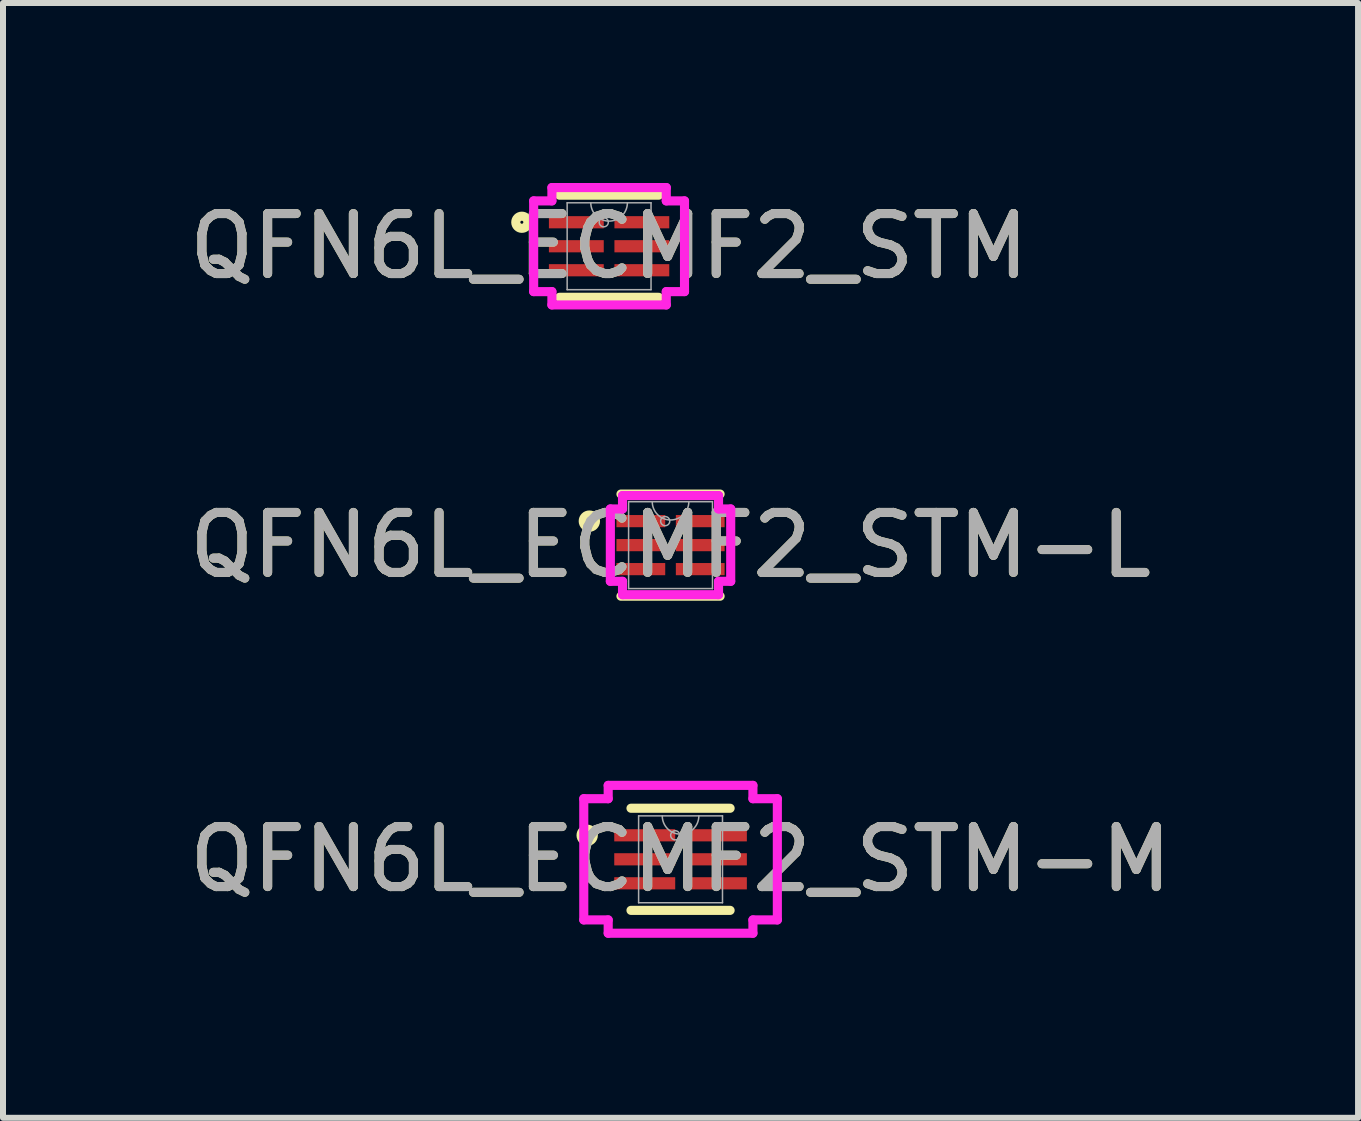
<source format=kicad_pcb>
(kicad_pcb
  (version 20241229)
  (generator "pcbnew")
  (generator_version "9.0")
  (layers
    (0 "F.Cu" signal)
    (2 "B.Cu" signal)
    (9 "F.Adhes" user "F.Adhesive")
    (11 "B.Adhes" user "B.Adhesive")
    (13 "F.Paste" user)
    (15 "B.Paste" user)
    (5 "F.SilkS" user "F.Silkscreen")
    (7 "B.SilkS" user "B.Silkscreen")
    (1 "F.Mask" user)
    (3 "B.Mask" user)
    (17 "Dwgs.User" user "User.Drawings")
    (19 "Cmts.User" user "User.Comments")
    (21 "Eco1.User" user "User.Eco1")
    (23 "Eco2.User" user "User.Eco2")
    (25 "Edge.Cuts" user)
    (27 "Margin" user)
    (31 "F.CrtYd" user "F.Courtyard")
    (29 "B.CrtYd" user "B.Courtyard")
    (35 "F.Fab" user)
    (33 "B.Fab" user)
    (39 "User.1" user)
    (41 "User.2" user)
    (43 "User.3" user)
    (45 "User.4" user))
  (footprint "QFN6L_ECMF2_STM-L"
    (layer "F.Cu")
    (at 8.125 6.035)
    (property "Reference" "QFN6L_ECMF2_STM-L" (at 0 0 0) (unlocked yes) (layer "F.SilkS") (effects (font (size 1 1) (thickness 0.15))))
    (attr smd)
    (fp_line (start -0.826 0.851) (end 0.826 0.851) (stroke (width 0.152) (type solid)) (layer "F.SilkS"))
    (fp_line (start 0.826 -0.851) (end -0.826 -0.851) (stroke (width 0.152) (type solid)) (layer "F.SilkS"))
    (fp_circle (center -1.353 -0.4) (end -1.251 -0.4) (stroke (width 0.152) (type solid)) (fill no) (layer "F.SilkS"))
    (fp_line (start -1.003 -0.603) (end -0.8 -0.603) (stroke (width 0.152) (type solid)) (layer "F.CrtYd"))
    (fp_line (start -1.003 0.603) (end -1.003 -0.603) (stroke (width 0.152) (type solid)) (layer "F.CrtYd"))
    (fp_line (start -1.003 0.603) (end -0.8 0.603) (stroke (width 0.152) (type solid)) (layer "F.CrtYd"))
    (fp_line (start -0.8 -0.826) (end 0.8 -0.826) (stroke (width 0.152) (type solid)) (layer "F.CrtYd"))
    (fp_line (start -0.8 -0.603) (end -0.8 -0.826) (stroke (width 0.152) (type solid)) (layer "F.CrtYd"))
    (fp_line (start -0.8 0.826) (end -0.8 0.603) (stroke (width 0.152) (type solid)) (layer "F.CrtYd"))
    (fp_line (start 0.8 -0.826) (end 0.8 -0.603) (stroke (width 0.152) (type solid)) (layer "F.CrtYd"))
    (fp_line (start 0.8 0.603) (end 0.8 0.826) (stroke (width 0.152) (type solid)) (layer "F.CrtYd"))
    (fp_line (start 0.8 0.826) (end -0.8 0.826) (stroke (width 0.152) (type solid)) (layer "F.CrtYd"))
    (fp_line (start 1.003 -0.603) (end 0.8 -0.603) (stroke (width 0.152) (type solid)) (layer "F.CrtYd"))
    (fp_line (start 1.003 -0.603) (end 1.003 0.603) (stroke (width 0.152) (type solid)) (layer "F.CrtYd"))
    (fp_line (start 1.003 0.603) (end 0.8 0.603) (stroke (width 0.152) (type solid)) (layer "F.CrtYd"))
    (fp_line (start -0.699 -0.724) (end -0.699 0.724) (stroke (width 0.025) (type solid)) (layer "F.Fab"))
    (fp_line (start -0.699 0.724) (end 0.699 0.724) (stroke (width 0.025) (type solid)) (layer "F.Fab"))
    (fp_line (start 0.699 -0.724) (end -0.699 -0.724) (stroke (width 0.025) (type solid)) (layer "F.Fab"))
    (fp_line (start 0.699 0.724) (end 0.699 -0.724) (stroke (width 0.025) (type solid)) (layer "F.Fab"))
    (fp_arc (start 0.3048 -0.7239) (mid 0 -0.4191) (end -0.3048 -0.7239) (stroke (width 0.0254) (type solid)) (layer "F.Fab"))
    (fp_circle (center -0.089 -0.4) (end -0.013 -0.4) (stroke (width 0.025) (type solid)) (fill no) (layer "F.Fab"))
    (fp_text user "${REFERENCE}" (at 0 0 0) (unlocked yes) (layer "F.Fab") (effects (font (size 1 1) (thickness 0.15))))
    (pad "1" smd rect (at -0.495 -0.4) (size 0.813 0.203) (layers "F.Cu" "F.Mask" "F.Paste"))
    (pad "2" smd rect (at -0.495 0) (size 0.813 0.203) (layers "F.Cu" "F.Mask" "F.Paste"))
    (pad "3" smd rect (at -0.495 0.4) (size 0.813 0.203) (layers "F.Cu" "F.Mask" "F.Paste"))
    (pad "4" smd rect (at 0.495 0.4) (size 0.813 0.203) (layers "F.Cu" "F.Mask" "F.Paste"))
    (pad "5" smd rect (at 0.495 0) (size 0.813 0.203) (layers "F.Cu" "F.Mask" "F.Paste"))
    (pad "6" smd rect (at 0.495 -0.4) (size 0.813 0.203) (layers "F.Cu" "F.Mask" "F.Paste")))
  (footprint "QFN6L_ECMF2_STM"
    (layer "F.Cu")
    (at 7.101 1.054)
    (property "Reference" "QFN6L_ECMF2_STM" (at 0 0 0) (unlocked yes) (layer "F.SilkS") (effects (font (size 1 1) (thickness 0.15))))
    (attr smd)
    (fp_line (start -0.826 0.851) (end 0.826 0.851) (stroke (width 0.152) (type solid)) (layer "F.SilkS"))
    (fp_line (start 0.826 -0.851) (end -0.826 -0.851) (stroke (width 0.152) (type solid)) (layer "F.SilkS"))
    (fp_circle (center -1.454 -0.4) (end -1.353 -0.4) (stroke (width 0.152) (type solid)) (fill no) (layer "F.SilkS"))
    (fp_line (start -1.257 -0.756) (end -0.953 -0.756) (stroke (width 0.152) (type solid)) (layer "F.CrtYd"))
    (fp_line (start -1.257 0.756) (end -1.257 -0.756) (stroke (width 0.152) (type solid)) (layer "F.CrtYd"))
    (fp_line (start -1.257 0.756) (end -0.953 0.756) (stroke (width 0.152) (type solid)) (layer "F.CrtYd"))
    (fp_line (start -0.953 -0.978) (end 0.953 -0.978) (stroke (width 0.152) (type solid)) (layer "F.CrtYd"))
    (fp_line (start -0.953 -0.756) (end -0.953 -0.978) (stroke (width 0.152) (type solid)) (layer "F.CrtYd"))
    (fp_line (start -0.953 0.978) (end -0.953 0.756) (stroke (width 0.152) (type solid)) (layer "F.CrtYd"))
    (fp_line (start 0.953 -0.978) (end 0.953 -0.756) (stroke (width 0.152) (type solid)) (layer "F.CrtYd"))
    (fp_line (start 0.953 0.756) (end 0.953 0.978) (stroke (width 0.152) (type solid)) (layer "F.CrtYd"))
    (fp_line (start 0.953 0.978) (end -0.953 0.978) (stroke (width 0.152) (type solid)) (layer "F.CrtYd"))
    (fp_line (start 1.257 -0.756) (end 0.953 -0.756) (stroke (width 0.152) (type solid)) (layer "F.CrtYd"))
    (fp_line (start 1.257 -0.756) (end 1.257 0.756) (stroke (width 0.152) (type solid)) (layer "F.CrtYd"))
    (fp_line (start 1.257 0.756) (end 0.953 0.756) (stroke (width 0.152) (type solid)) (layer "F.CrtYd"))
    (fp_line (start -0.699 -0.724) (end -0.699 0.724) (stroke (width 0.025) (type solid)) (layer "F.Fab"))
    (fp_line (start -0.699 0.724) (end 0.699 0.724) (stroke (width 0.025) (type solid)) (layer "F.Fab"))
    (fp_line (start 0.699 -0.724) (end -0.699 -0.724) (stroke (width 0.025) (type solid)) (layer "F.Fab"))
    (fp_line (start 0.699 0.724) (end 0.699 -0.724) (stroke (width 0.025) (type solid)) (layer "F.Fab"))
    (fp_arc (start 0.3048 -0.7239) (mid 0 -0.4191) (end -0.3048 -0.7239) (stroke (width 0.0254) (type solid)) (layer "F.Fab"))
    (fp_circle (center -0.089 -0.4) (end -0.013 -0.4) (stroke (width 0.025) (type solid)) (fill no) (layer "F.Fab"))
    (fp_text user "${REFERENCE}" (at 0 0 0) (unlocked yes) (layer "F.Fab") (effects (font (size 1 1) (thickness 0.15))))
    (pad "1" smd rect (at -0.546 -0.4) (size 0.914 0.203) (layers "F.Cu" "F.Mask" "F.Paste"))
    (pad "2" smd rect (at -0.546 0) (size 0.914 0.203) (layers "F.Cu" "F.Mask" "F.Paste"))
    (pad "3" smd rect (at -0.546 0.4) (size 0.914 0.203) (layers "F.Cu" "F.Mask" "F.Paste"))
    (pad "4" smd rect (at 0.546 0.4) (size 0.914 0.203) (layers "F.Cu" "F.Mask" "F.Paste"))
    (pad "5" smd rect (at 0.546 0) (size 0.914 0.203) (layers "F.Cu" "F.Mask" "F.Paste"))
    (pad "6" smd rect (at 0.546 -0.4) (size 0.914 0.203) (layers "F.Cu" "F.Mask" "F.Paste")))
  (footprint "QFN6L_ECMF2_STM-M"
    (layer "F.Cu")
    (at 8.292 11.271)
    (property "Reference" "QFN6L_ECMF2_STM-M" (at 0 0 0) (unlocked yes) (layer "F.SilkS") (effects (font (size 1 1) (thickness 0.15))))
    (attr smd)
    (fp_line (start -0.826 0.851) (end 0.826 0.851) (stroke (width 0.152) (type solid)) (layer "F.SilkS"))
    (fp_line (start 0.826 -0.851) (end -0.826 -0.851) (stroke (width 0.152) (type solid)) (layer "F.SilkS"))
    (fp_circle (center -1.556 -0.4) (end -1.454 -0.4) (stroke (width 0.152) (type solid)) (fill no) (layer "F.SilkS"))
    (fp_line (start -1.613 -1.01) (end -1.206 -1.01) (stroke (width 0.152) (type solid)) (layer "F.CrtYd"))
    (fp_line (start -1.613 1.01) (end -1.613 -1.01) (stroke (width 0.152) (type solid)) (layer "F.CrtYd"))
    (fp_line (start -1.613 1.01) (end -1.206 1.01) (stroke (width 0.152) (type solid)) (layer "F.CrtYd"))
    (fp_line (start -1.206 -1.232) (end 1.206 -1.232) (stroke (width 0.152) (type solid)) (layer "F.CrtYd"))
    (fp_line (start -1.206 -1.01) (end -1.206 -1.232) (stroke (width 0.152) (type solid)) (layer "F.CrtYd"))
    (fp_line (start -1.206 1.232) (end -1.206 1.01) (stroke (width 0.152) (type solid)) (layer "F.CrtYd"))
    (fp_line (start 1.206 -1.232) (end 1.206 -1.01) (stroke (width 0.152) (type solid)) (layer "F.CrtYd"))
    (fp_line (start 1.206 1.01) (end 1.206 1.232) (stroke (width 0.152) (type solid)) (layer "F.CrtYd"))
    (fp_line (start 1.206 1.232) (end -1.206 1.232) (stroke (width 0.152) (type solid)) (layer "F.CrtYd"))
    (fp_line (start 1.613 -1.01) (end 1.206 -1.01) (stroke (width 0.152) (type solid)) (layer "F.CrtYd"))
    (fp_line (start 1.613 -1.01) (end 1.613 1.01) (stroke (width 0.152) (type solid)) (layer "F.CrtYd"))
    (fp_line (start 1.613 1.01) (end 1.206 1.01) (stroke (width 0.152) (type solid)) (layer "F.CrtYd"))
    (fp_line (start -0.699 -0.724) (end -0.699 0.724) (stroke (width 0.025) (type solid)) (layer "F.Fab"))
    (fp_line (start -0.699 0.724) (end 0.699 0.724) (stroke (width 0.025) (type solid)) (layer "F.Fab"))
    (fp_line (start 0.699 -0.724) (end -0.699 -0.724) (stroke (width 0.025) (type solid)) (layer "F.Fab"))
    (fp_line (start 0.699 0.724) (end 0.699 -0.724) (stroke (width 0.025) (type solid)) (layer "F.Fab"))
    (fp_arc (start 0.3048 -0.7239) (mid 0 -0.4191) (end -0.3048 -0.7239) (stroke (width 0.0254) (type solid)) (layer "F.Fab"))
    (fp_circle (center -0.089 -0.4) (end -0.013 -0.4) (stroke (width 0.025) (type solid)) (fill no) (layer "F.Fab"))
    (fp_text user "${REFERENCE}" (at 0 0 0) (unlocked yes) (layer "F.Fab") (effects (font (size 1 1) (thickness 0.15))))
    (pad "1" smd rect (at -0.597 -0.4) (size 1.016 0.203) (layers "F.Cu" "F.Mask" "F.Paste"))
    (pad "2" smd rect (at -0.597 0) (size 1.016 0.203) (layers "F.Cu" "F.Mask" "F.Paste"))
    (pad "3" smd rect (at -0.597 0.4) (size 1.016 0.203) (layers "F.Cu" "F.Mask" "F.Paste"))
    (pad "4" smd rect (at 0.597 0.4) (size 1.016 0.203) (layers "F.Cu" "F.Mask" "F.Paste"))
    (pad "5" smd rect (at 0.597 0) (size 1.016 0.203) (layers "F.Cu" "F.Mask" "F.Paste"))
    (pad "6" smd rect (at 0.597 -0.4) (size 1.016 0.203) (layers "F.Cu" "F.Mask" "F.Paste")))
  (gr_rect
    (start -3 -3)
    (end 19.583 15.579)
    (stroke (width 0.1) (type default))
    (fill no)
    (layer "Edge.Cuts")))
</source>
